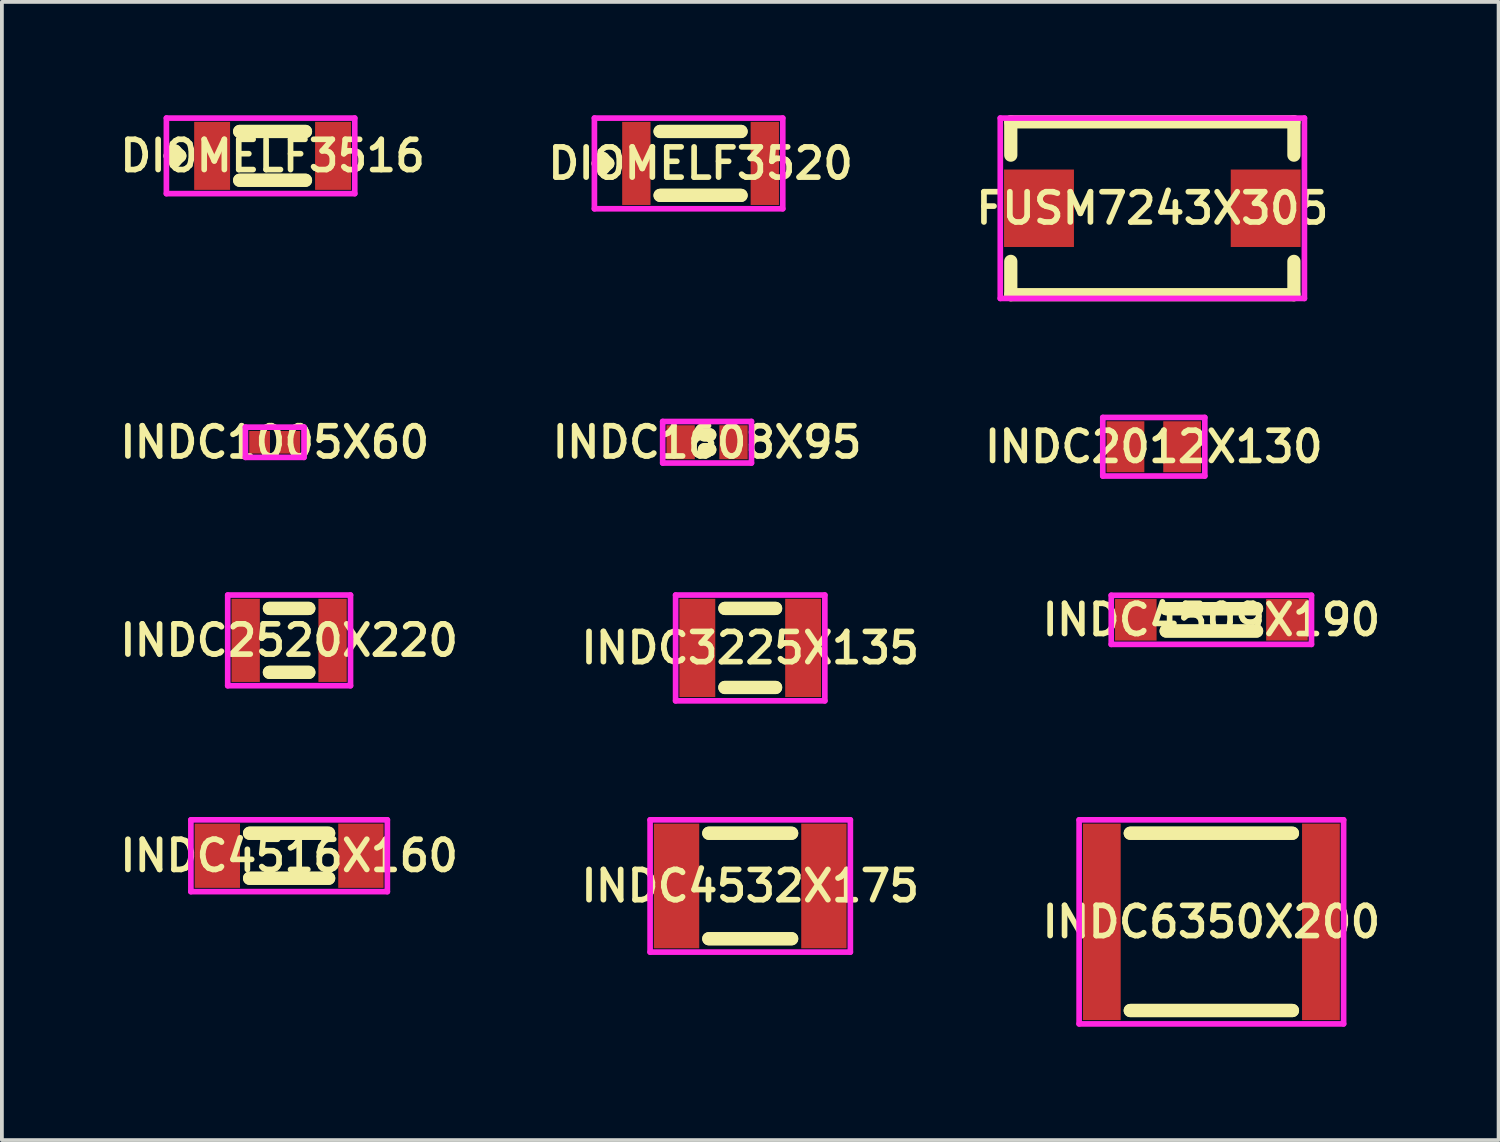
<source format=kicad_pcb>
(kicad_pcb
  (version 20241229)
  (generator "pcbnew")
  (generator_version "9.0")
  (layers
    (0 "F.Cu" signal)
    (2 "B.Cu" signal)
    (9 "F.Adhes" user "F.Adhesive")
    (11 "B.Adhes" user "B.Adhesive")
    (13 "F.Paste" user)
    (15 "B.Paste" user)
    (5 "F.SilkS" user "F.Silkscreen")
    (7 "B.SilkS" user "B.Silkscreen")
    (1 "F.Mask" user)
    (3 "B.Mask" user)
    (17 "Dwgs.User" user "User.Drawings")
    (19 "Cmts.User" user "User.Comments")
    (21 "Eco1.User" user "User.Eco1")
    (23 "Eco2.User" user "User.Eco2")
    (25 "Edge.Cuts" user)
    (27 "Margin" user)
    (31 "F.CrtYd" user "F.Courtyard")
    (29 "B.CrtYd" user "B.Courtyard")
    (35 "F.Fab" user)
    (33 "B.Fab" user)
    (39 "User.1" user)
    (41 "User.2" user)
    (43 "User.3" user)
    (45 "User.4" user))
  (footprint "INDC4516X160"
    (layer "F.Cu")
    (at 4.602 19.599)
    (property "Reference" "INDC4516X160" (at 0 0 0) (layer "F.SilkS") (effects (font (size 0.8 0.8) (thickness 0.15))))
    (attr through_hole)
    (fp_line (start -1.046 -0.596) (end 1.046 -0.596) (stroke (width 0.35) (type solid)) (layer "F.SilkS"))
    (fp_line (start -1.046 0.596) (end 1.046 0.596) (stroke (width 0.35) (type solid)) (layer "F.SilkS"))
    (fp_line (start 1.046 -0.596) (end -1.046 -0.596) (stroke (width 0.35) (type solid)) (layer "F.SilkS"))
    (fp_line (start 1.046 0.596) (end -1.046 0.596) (stroke (width 0.35) (type solid)) (layer "F.SilkS"))
    (fp_line (start -2.6 -0.95) (end 2.6 -0.95) (stroke (width 0.15) (type solid)) (layer "F.CrtYd"))
    (fp_line (start -2.6 0.95) (end -2.6 -0.95) (stroke (width 0.15) (type solid)) (layer "F.CrtYd"))
    (fp_line (start 2.6 -0.95) (end 2.6 0.95) (stroke (width 0.15) (type solid)) (layer "F.CrtYd"))
    (fp_line (start 2.6 0.95) (end -2.6 0.95) (stroke (width 0.15) (type solid)) (layer "F.CrtYd"))
    (pad "1" smd rect (at -1.9 0) (size 1.2 1.7) (layers "F.Cu" "F.Mask" "F.Paste"))
    (pad "2" smd rect (at 1.9 0) (size 1.2 1.7) (layers "F.Cu" "F.Mask" "F.Paste")))
  (footprint "INDC6350X200"
    (layer "F.Cu")
    (at 29.011 21.349)
    (property "Reference" "INDC6350X200" (at 0 0 0) (layer "F.SilkS") (effects (font (size 0.8 0.8) (thickness 0.15))))
    (attr through_hole)
    (fp_line (start -2.146 -2.346) (end 2.146 -2.346) (stroke (width 0.35) (type solid)) (layer "F.SilkS"))
    (fp_line (start -2.146 2.346) (end 2.146 2.346) (stroke (width 0.35) (type solid)) (layer "F.SilkS"))
    (fp_line (start 2.146 -2.346) (end -2.146 -2.346) (stroke (width 0.35) (type solid)) (layer "F.SilkS"))
    (fp_line (start 2.146 2.346) (end -2.146 2.346) (stroke (width 0.35) (type solid)) (layer "F.SilkS"))
    (fp_line (start -3.5 -2.7) (end 3.5 -2.7) (stroke (width 0.15) (type solid)) (layer "F.CrtYd"))
    (fp_line (start -3.5 2.7) (end -3.5 -2.7) (stroke (width 0.15) (type solid)) (layer "F.CrtYd"))
    (fp_line (start 3.5 -2.7) (end 3.5 2.7) (stroke (width 0.15) (type solid)) (layer "F.CrtYd"))
    (fp_line (start 3.5 2.7) (end -3.5 2.7) (stroke (width 0.15) (type solid)) (layer "F.CrtYd"))
    (pad "1" smd rect (at -2.9 0) (size 1 5.2) (layers "F.Cu" "F.Mask" "F.Paste"))
    (pad "2" smd rect (at 2.9 0) (size 1 5.2) (layers "F.Cu" "F.Mask" "F.Paste")))
  (footprint "DIOMELF3516"
    (layer "F.Cu")
    (at 4.164 1.075)
    (property "Reference" "DIOMELF3516" (at 0 0 0) (layer "F.SilkS") (effects (font (size 0.8 0.8) (thickness 0.15))))
    (attr through_hole)
    (fp_line (start -2.71 0) (end -2.583 -0.127) (stroke (width 0.35) (type solid)) (layer "F.SilkS"))
    (fp_line (start -2.583 -0.127) (end -2.456 0) (stroke (width 0.35) (type solid)) (layer "F.SilkS"))
    (fp_line (start -2.583 0.127) (end -2.71 0) (stroke (width 0.35) (type solid)) (layer "F.SilkS"))
    (fp_line (start -2.456 0) (end -2.583 0.127) (stroke (width 0.35) (type solid)) (layer "F.SilkS"))
    (fp_line (start -0.871 -0.646) (end 0.871 -0.646) (stroke (width 0.35) (type solid)) (layer "F.SilkS"))
    (fp_line (start -0.871 0.646) (end 0.871 0.646) (stroke (width 0.35) (type solid)) (layer "F.SilkS"))
    (fp_line (start 0.871 -0.646) (end -0.871 -0.646) (stroke (width 0.35) (type solid)) (layer "F.SilkS"))
    (fp_line (start 0.871 0.646) (end -0.871 0.646) (stroke (width 0.35) (type solid)) (layer "F.SilkS"))
    (fp_line (start -2.81 -1) (end 2.175 -1) (stroke (width 0.15) (type solid)) (layer "F.CrtYd"))
    (fp_line (start -2.81 1) (end -2.81 -1) (stroke (width 0.15) (type solid)) (layer "F.CrtYd"))
    (fp_line (start 2.175 -1) (end 2.175 1) (stroke (width 0.15) (type solid)) (layer "F.CrtYd"))
    (fp_line (start 2.175 1) (end -2.81 1) (stroke (width 0.15) (type solid)) (layer "F.CrtYd"))
    (pad "1" smd rect (at -1.6 0) (size 0.95 1.8) (layers "F.Cu" "F.Mask" "F.Paste"))
    (pad "2" smd rect (at 1.6 0) (size 0.95 1.8) (layers "F.Cu" "F.Mask" "F.Paste")))
  (footprint "INDC1608X95"
    (layer "F.Cu")
    (at 15.664 8.655)
    (property "Reference" "INDC1608X95" (at 0 0 0) (layer "F.SilkS") (effects (font (size 0.8 0.8) (thickness 0.15))))
    (attr smd)
    (fp_line (start -0.071 -0.196) (end 0.071 -0.196) (stroke (width 0.35) (type solid)) (layer "F.SilkS"))
    (fp_line (start -0.071 0.196) (end 0.071 0.196) (stroke (width 0.35) (type solid)) (layer "F.SilkS"))
    (fp_line (start 0.071 -0.196) (end -0.071 -0.196) (stroke (width 0.35) (type solid)) (layer "F.SilkS"))
    (fp_line (start 0.071 0.196) (end -0.071 0.196) (stroke (width 0.35) (type solid)) (layer "F.SilkS"))
    (fp_line (start -1.175 -0.55) (end 1.175 -0.55) (stroke (width 0.15) (type solid)) (layer "F.CrtYd"))
    (fp_line (start -1.175 0.55) (end -1.175 -0.55) (stroke (width 0.15) (type solid)) (layer "F.CrtYd"))
    (fp_line (start 1.175 -0.55) (end 1.175 0.55) (stroke (width 0.15) (type solid)) (layer "F.CrtYd"))
    (fp_line (start 1.175 0.55) (end -1.175 0.55) (stroke (width 0.15) (type solid)) (layer "F.CrtYd"))
    (pad "1" smd rect (at -0.7 0) (size 0.75 0.9) (layers "F.Cu" "F.Mask" "F.Paste"))
    (pad "2" smd rect (at 0.7 0) (size 0.75 0.9) (layers "F.Cu" "F.Mask" "F.Paste")))
  (footprint "INDC2520X220"
    (layer "F.Cu")
    (at 4.602 13.899)
    (property "Reference" "INDC2520X220" (at 0 0 0) (layer "F.SilkS") (effects (font (size 0.8 0.8) (thickness 0.15))))
    (attr smd)
    (fp_line (start -0.521 -0.846) (end 0.521 -0.846) (stroke (width 0.35) (type solid)) (layer "F.SilkS"))
    (fp_line (start -0.521 0.846) (end 0.521 0.846) (stroke (width 0.35) (type solid)) (layer "F.SilkS"))
    (fp_line (start 0.521 -0.846) (end -0.521 -0.846) (stroke (width 0.35) (type solid)) (layer "F.SilkS"))
    (fp_line (start 0.521 0.846) (end -0.521 0.846) (stroke (width 0.35) (type solid)) (layer "F.SilkS"))
    (fp_line (start -1.625 -1.2) (end 1.625 -1.2) (stroke (width 0.15) (type solid)) (layer "F.CrtYd"))
    (fp_line (start -1.625 1.2) (end -1.625 -1.2) (stroke (width 0.15) (type solid)) (layer "F.CrtYd"))
    (fp_line (start 1.625 -1.2) (end 1.625 1.2) (stroke (width 0.15) (type solid)) (layer "F.CrtYd"))
    (fp_line (start 1.625 1.2) (end -1.625 1.2) (stroke (width 0.15) (type solid)) (layer "F.CrtYd"))
    (pad "1" smd rect (at -1.15 0) (size 0.75 2.2) (layers "F.Cu" "F.Mask" "F.Paste"))
    (pad "2" smd rect (at 1.15 0) (size 0.75 2.2) (layers "F.Cu" "F.Mask" "F.Paste")))
  (footprint "INDC1005X60"
    (layer "F.Cu")
    (at 4.221 8.655)
    (property "Reference" "INDC1005X60" (at 0 0 0) (layer "F.SilkS") (effects (font (size 0.8 0.8) (thickness 0.15))))
    (attr smd)
    (fp_line (start -0.775 -0.4) (end 0.775 -0.4) (stroke (width 0.15) (type solid)) (layer "F.CrtYd"))
    (fp_line (start -0.775 0.4) (end -0.775 -0.4) (stroke (width 0.15) (type solid)) (layer "F.CrtYd"))
    (fp_line (start 0.775 -0.4) (end 0.775 0.4) (stroke (width 0.15) (type solid)) (layer "F.CrtYd"))
    (fp_line (start 0.775 0.4) (end -0.775 0.4) (stroke (width 0.15) (type solid)) (layer "F.CrtYd"))
    (pad "1" smd rect (at -0.4 0) (size 0.55 0.6) (layers "F.Cu" "F.Mask" "F.Paste"))
    (pad "2" smd rect (at 0.4 0) (size 0.55 0.6) (layers "F.Cu" "F.Mask" "F.Paste")))
  (footprint "INDC4532X175"
    (layer "F.Cu")
    (at 16.806 20.399)
    (property "Reference" "INDC4532X175" (at 0 0 0) (layer "F.SilkS") (effects (font (size 0.8 0.8) (thickness 0.15))))
    (attr through_hole)
    (fp_line (start -1.096 -1.396) (end 1.096 -1.396) (stroke (width 0.35) (type solid)) (layer "F.SilkS"))
    (fp_line (start -1.096 1.396) (end 1.096 1.396) (stroke (width 0.35) (type solid)) (layer "F.SilkS"))
    (fp_line (start 1.096 -1.396) (end -1.096 -1.396) (stroke (width 0.35) (type solid)) (layer "F.SilkS"))
    (fp_line (start 1.096 1.396) (end -1.096 1.396) (stroke (width 0.35) (type solid)) (layer "F.SilkS"))
    (fp_line (start -2.65 -1.75) (end 2.65 -1.75) (stroke (width 0.15) (type solid)) (layer "F.CrtYd"))
    (fp_line (start -2.65 1.75) (end -2.65 -1.75) (stroke (width 0.15) (type solid)) (layer "F.CrtYd"))
    (fp_line (start 2.65 -1.75) (end 2.65 1.75) (stroke (width 0.15) (type solid)) (layer "F.CrtYd"))
    (fp_line (start 2.65 1.75) (end -2.65 1.75) (stroke (width 0.15) (type solid)) (layer "F.CrtYd"))
    (pad "1" smd rect (at -1.95 0) (size 1.2 3.3) (layers "F.Cu" "F.Mask" "F.Paste"))
    (pad "2" smd rect (at 1.95 0) (size 1.2 3.3) (layers "F.Cu" "F.Mask" "F.Paste")))
  (footprint "INDC2012X130"
    (layer "F.Cu")
    (at 27.487 8.774)
    (property "Reference" "INDC2012X130" (at 0 0 0) (layer "F.SilkS") (effects (font (size 0.8 0.8) (thickness 0.15))))
    (attr smd)
    (fp_line (start -1.35 -0.775) (end 1.35 -0.775) (stroke (width 0.15) (type solid)) (layer "F.CrtYd"))
    (fp_line (start -1.35 0.775) (end -1.35 -0.775) (stroke (width 0.15) (type solid)) (layer "F.CrtYd"))
    (fp_line (start 1.35 -0.775) (end 1.35 0.775) (stroke (width 0.15) (type solid)) (layer "F.CrtYd"))
    (fp_line (start 1.35 0.775) (end -1.35 0.775) (stroke (width 0.15) (type solid)) (layer "F.CrtYd"))
    (pad "1" smd rect (at -0.75 0) (size 1 1.35) (layers "F.Cu" "F.Mask" "F.Paste"))
    (pad "2" smd rect (at 0.75 0) (size 1 1.35) (layers "F.Cu" "F.Mask" "F.Paste")))
  (footprint "INDC3225X135"
    (layer "F.Cu")
    (at 16.806 14.099)
    (property "Reference" "INDC3225X135" (at 0 0 0) (layer "F.SilkS") (effects (font (size 0.8 0.8) (thickness 0.15))))
    (attr through_hole)
    (fp_line (start -0.671 -1.046) (end 0.671 -1.046) (stroke (width 0.35) (type solid)) (layer "F.SilkS"))
    (fp_line (start -0.671 1.046) (end 0.671 1.046) (stroke (width 0.35) (type solid)) (layer "F.SilkS"))
    (fp_line (start 0.671 -1.046) (end -0.671 -1.046) (stroke (width 0.35) (type solid)) (layer "F.SilkS"))
    (fp_line (start 0.671 1.046) (end -0.671 1.046) (stroke (width 0.35) (type solid)) (layer "F.SilkS"))
    (fp_line (start -1.975 -1.4) (end 1.975 -1.4) (stroke (width 0.15) (type solid)) (layer "F.CrtYd"))
    (fp_line (start -1.975 1.4) (end -1.975 -1.4) (stroke (width 0.15) (type solid)) (layer "F.CrtYd"))
    (fp_line (start 1.975 -1.4) (end 1.975 1.4) (stroke (width 0.15) (type solid)) (layer "F.CrtYd"))
    (fp_line (start 1.975 1.4) (end -1.975 1.4) (stroke (width 0.15) (type solid)) (layer "F.CrtYd"))
    (pad "1" smd rect (at -1.4 0) (size 0.95 2.6) (layers "F.Cu" "F.Mask" "F.Paste"))
    (pad "2" smd rect (at 1.4 0) (size 0.95 2.6) (layers "F.Cu" "F.Mask" "F.Paste")))
  (footprint "INDC4509X190"
    (layer "F.Cu")
    (at 29.011 13.355)
    (property "Reference" "INDC4509X190" (at 0 0 0) (layer "F.SilkS") (effects (font (size 0.8 0.8) (thickness 0.15))))
    (attr smd)
    (fp_line (start -1.196 -0.296) (end 1.196 -0.296) (stroke (width 0.35) (type solid)) (layer "F.SilkS"))
    (fp_line (start -1.196 0.296) (end 1.196 0.296) (stroke (width 0.35) (type solid)) (layer "F.SilkS"))
    (fp_line (start 1.196 -0.296) (end -1.196 -0.296) (stroke (width 0.35) (type solid)) (layer "F.SilkS"))
    (fp_line (start 1.196 0.296) (end -1.196 0.296) (stroke (width 0.35) (type solid)) (layer "F.SilkS"))
    (fp_line (start -2.65 -0.65) (end 2.65 -0.65) (stroke (width 0.15) (type solid)) (layer "F.CrtYd"))
    (fp_line (start -2.65 0.65) (end -2.65 -0.65) (stroke (width 0.15) (type solid)) (layer "F.CrtYd"))
    (fp_line (start 2.65 -0.65) (end 2.65 0.65) (stroke (width 0.15) (type solid)) (layer "F.CrtYd"))
    (fp_line (start 2.65 0.65) (end -2.65 0.65) (stroke (width 0.15) (type solid)) (layer "F.CrtYd"))
    (pad "1" smd rect (at -2 0) (size 1.1 1.1) (layers "F.Cu" "F.Mask" "F.Paste"))
    (pad "2" smd rect (at 2 0) (size 1.1 1.1) (layers "F.Cu" "F.Mask" "F.Paste")))
  (footprint "DIOMELF3520"
    (layer "F.Cu")
    (at 15.492 1.275)
    (property "Reference" "DIOMELF3520" (at 0 0 0) (layer "F.SilkS") (effects (font (size 0.8 0.8) (thickness 0.15))))
    (attr smd)
    (fp_line (start -2.71 0) (end -2.583 -0.127) (stroke (width 0.35) (type solid)) (layer "F.SilkS"))
    (fp_line (start -2.583 -0.127) (end -2.456 0) (stroke (width 0.35) (type solid)) (layer "F.SilkS"))
    (fp_line (start -2.583 0.127) (end -2.71 0) (stroke (width 0.35) (type solid)) (layer "F.SilkS"))
    (fp_line (start -2.456 0) (end -2.583 0.127) (stroke (width 0.35) (type solid)) (layer "F.SilkS"))
    (fp_line (start -1.071 -0.846) (end 1.071 -0.846) (stroke (width 0.35) (type solid)) (layer "F.SilkS"))
    (fp_line (start -1.071 0.846) (end 1.071 0.846) (stroke (width 0.35) (type solid)) (layer "F.SilkS"))
    (fp_line (start 1.071 -0.846) (end -1.071 -0.846) (stroke (width 0.35) (type solid)) (layer "F.SilkS"))
    (fp_line (start 1.071 0.846) (end -1.071 0.846) (stroke (width 0.35) (type solid)) (layer "F.SilkS"))
    (fp_line (start -2.81 -1.2) (end 2.175 -1.2) (stroke (width 0.15) (type solid)) (layer "F.CrtYd"))
    (fp_line (start -2.81 1.2) (end -2.81 -1.2) (stroke (width 0.15) (type solid)) (layer "F.CrtYd"))
    (fp_line (start 2.175 -1.2) (end 2.175 1.2) (stroke (width 0.15) (type solid)) (layer "F.CrtYd"))
    (fp_line (start 2.175 1.2) (end -2.81 1.2) (stroke (width 0.15) (type solid)) (layer "F.CrtYd"))
    (pad "1" smd rect (at -1.7 0) (size 0.75 2.2) (layers "F.Cu" "F.Mask" "F.Paste"))
    (pad "2" smd rect (at 1.7 0) (size 0.75 2.2) (layers "F.Cu" "F.Mask" "F.Paste")))
  (footprint "FUSM7243X305"
    (layer "F.Cu")
    (at 27.449 2.462)
    (property "Reference" "FUSM7243X305" (at 0 0 0) (layer "F.SilkS") (effects (font (size 0.8 0.8) (thickness 0.15))))
    (attr through_hole)
    (fp_line (start -3.747 -2.287) (end 3.747 -2.287) (stroke (width 0.35) (type solid)) (layer "F.SilkS"))
    (fp_line (start -3.747 -1.406) (end -3.747 -2.287) (stroke (width 0.35) (type solid)) (layer "F.SilkS"))
    (fp_line (start -3.747 1.406) (end -3.747 2.287) (stroke (width 0.35) (type solid)) (layer "F.SilkS"))
    (fp_line (start -3.747 2.287) (end 3.747 2.287) (stroke (width 0.35) (type solid)) (layer "F.SilkS"))
    (fp_line (start 3.747 -2.287) (end 3.747 -1.406) (stroke (width 0.35) (type solid)) (layer "F.SilkS"))
    (fp_line (start 3.747 2.287) (end 3.747 1.406) (stroke (width 0.35) (type solid)) (layer "F.SilkS"))
    (fp_line (start -4.025 -2.387) (end 4.025 -2.387) (stroke (width 0.15) (type solid)) (layer "F.CrtYd"))
    (fp_line (start -4.025 2.387) (end -4.025 -2.387) (stroke (width 0.15) (type solid)) (layer "F.CrtYd"))
    (fp_line (start 4.025 -2.387) (end 4.025 2.387) (stroke (width 0.15) (type solid)) (layer "F.CrtYd"))
    (fp_line (start 4.025 2.387) (end -4.025 2.387) (stroke (width 0.15) (type solid)) (layer "F.CrtYd"))
    (pad "1" smd rect (at -3 0) (size 1.85 2.05) (layers "F.Cu" "F.Mask" "F.Paste"))
    (pad "2" smd rect (at 3 0) (size 1.85 2.05) (layers "F.Cu" "F.Mask" "F.Paste")))
  (gr_rect
    (start -3 -3)
    (end 36.613 27.124)
    (stroke (width 0.1) (type default))
    (fill no)
    (layer "Edge.Cuts")))
</source>
